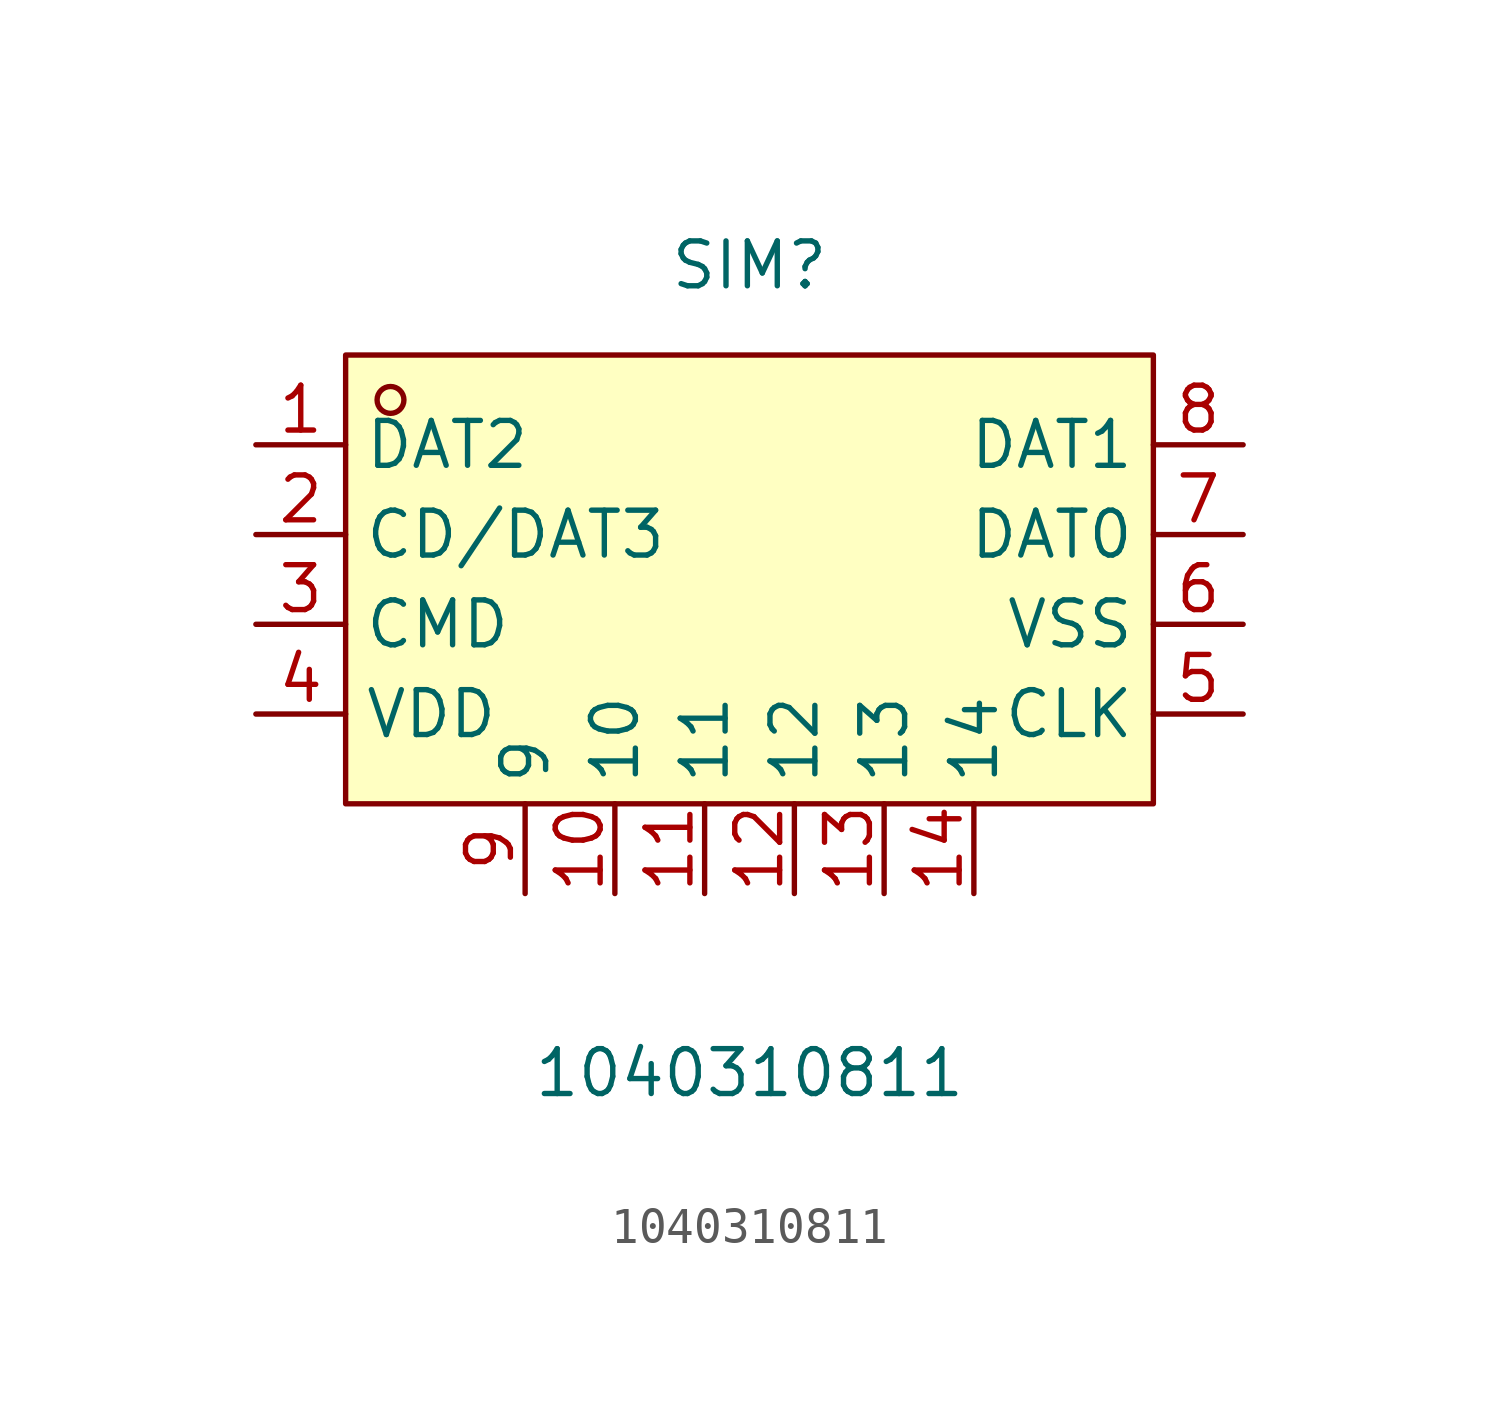
<source format=kicad_sym>
(kicad_symbol_lib
  (version 20211014)
  (generator https://github.com/uPesy/easyeda2kicad.py)
  (symbol "1040310811"
    (property "Reference" "SIM"
      (at 0 8.89 0)
      (effects (font (size 1.27 1.27))))
    (property "Value" "1040310811"
      (at 0 -13.97 0)
      (effects (font (size 1.27 1.27))))
    (symbol "1040310811_0_1"
      (rectangle (start -11.43 6.35) (end 11.43 -6.35) (stroke (width 0) (type default) (color 0 0 0 0)) (fill (type background)))
      (circle (center -10.16 5.08) (radius 0.38) (stroke (width 0) (type default) (color 0 0 0 0)) (fill (type none)))
      (pin unspecified line (at -13.97 3.81 0) (length 2.54) (name "DAT2" (effects (font (size 1.27 1.27)))) (number "1" (effects (font (size 1.27 1.27)))))
      (pin unspecified line (at -13.97 1.27 0) (length 2.54) (name "CD/DAT3" (effects (font (size 1.27 1.27)))) (number "2" (effects (font (size 1.27 1.27)))))
      (pin unspecified line (at -13.97 -1.27 0) (length 2.54) (name "CMD" (effects (font (size 1.27 1.27)))) (number "3" (effects (font (size 1.27 1.27)))))
      (pin unspecified line (at -13.97 -3.81 0) (length 2.54) (name "VDD" (effects (font (size 1.27 1.27)))) (number "4" (effects (font (size 1.27 1.27)))))
      (pin unspecified line (at 13.97 -3.81 180) (length 2.54) (name "CLK" (effects (font (size 1.27 1.27)))) (number "5" (effects (font (size 1.27 1.27)))))
      (pin unspecified line (at 13.97 -1.27 180) (length 2.54) (name "VSS" (effects (font (size 1.27 1.27)))) (number "6" (effects (font (size 1.27 1.27)))))
      (pin unspecified line (at 13.97 1.27 180) (length 2.54) (name "DAT0" (effects (font (size 1.27 1.27)))) (number "7" (effects (font (size 1.27 1.27)))))
      (pin unspecified line (at 13.97 3.81 180) (length 2.54) (name "DAT1" (effects (font (size 1.27 1.27)))) (number "8" (effects (font (size 1.27 1.27)))))
      (pin unspecified line (at -6.35 -8.89 90) (length 2.54) (name "9" (effects (font (size 1.27 1.27)))) (number "9" (effects (font (size 1.27 1.27)))))
      (pin unspecified line (at -3.81 -8.89 90) (length 2.54) (name "10" (effects (font (size 1.27 1.27)))) (number "10" (effects (font (size 1.27 1.27)))))
      (pin unspecified line (at -1.27 -8.89 90) (length 2.54) (name "11" (effects (font (size 1.27 1.27)))) (number "11" (effects (font (size 1.27 1.27)))))
      (pin unspecified line (at 1.27 -8.89 90) (length 2.54) (name "12" (effects (font (size 1.27 1.27)))) (number "12" (effects (font (size 1.27 1.27)))))
      (pin unspecified line (at 3.81 -8.89 90) (length 2.54) (name "13" (effects (font (size 1.27 1.27)))) (number "13" (effects (font (size 1.27 1.27)))))
      (pin unspecified line (at 6.35 -8.89 90) (length 2.54) (name "14" (effects (font (size 1.27 1.27)))) (number "14" (effects (font (size 1.27 1.27))))))))
</source>
